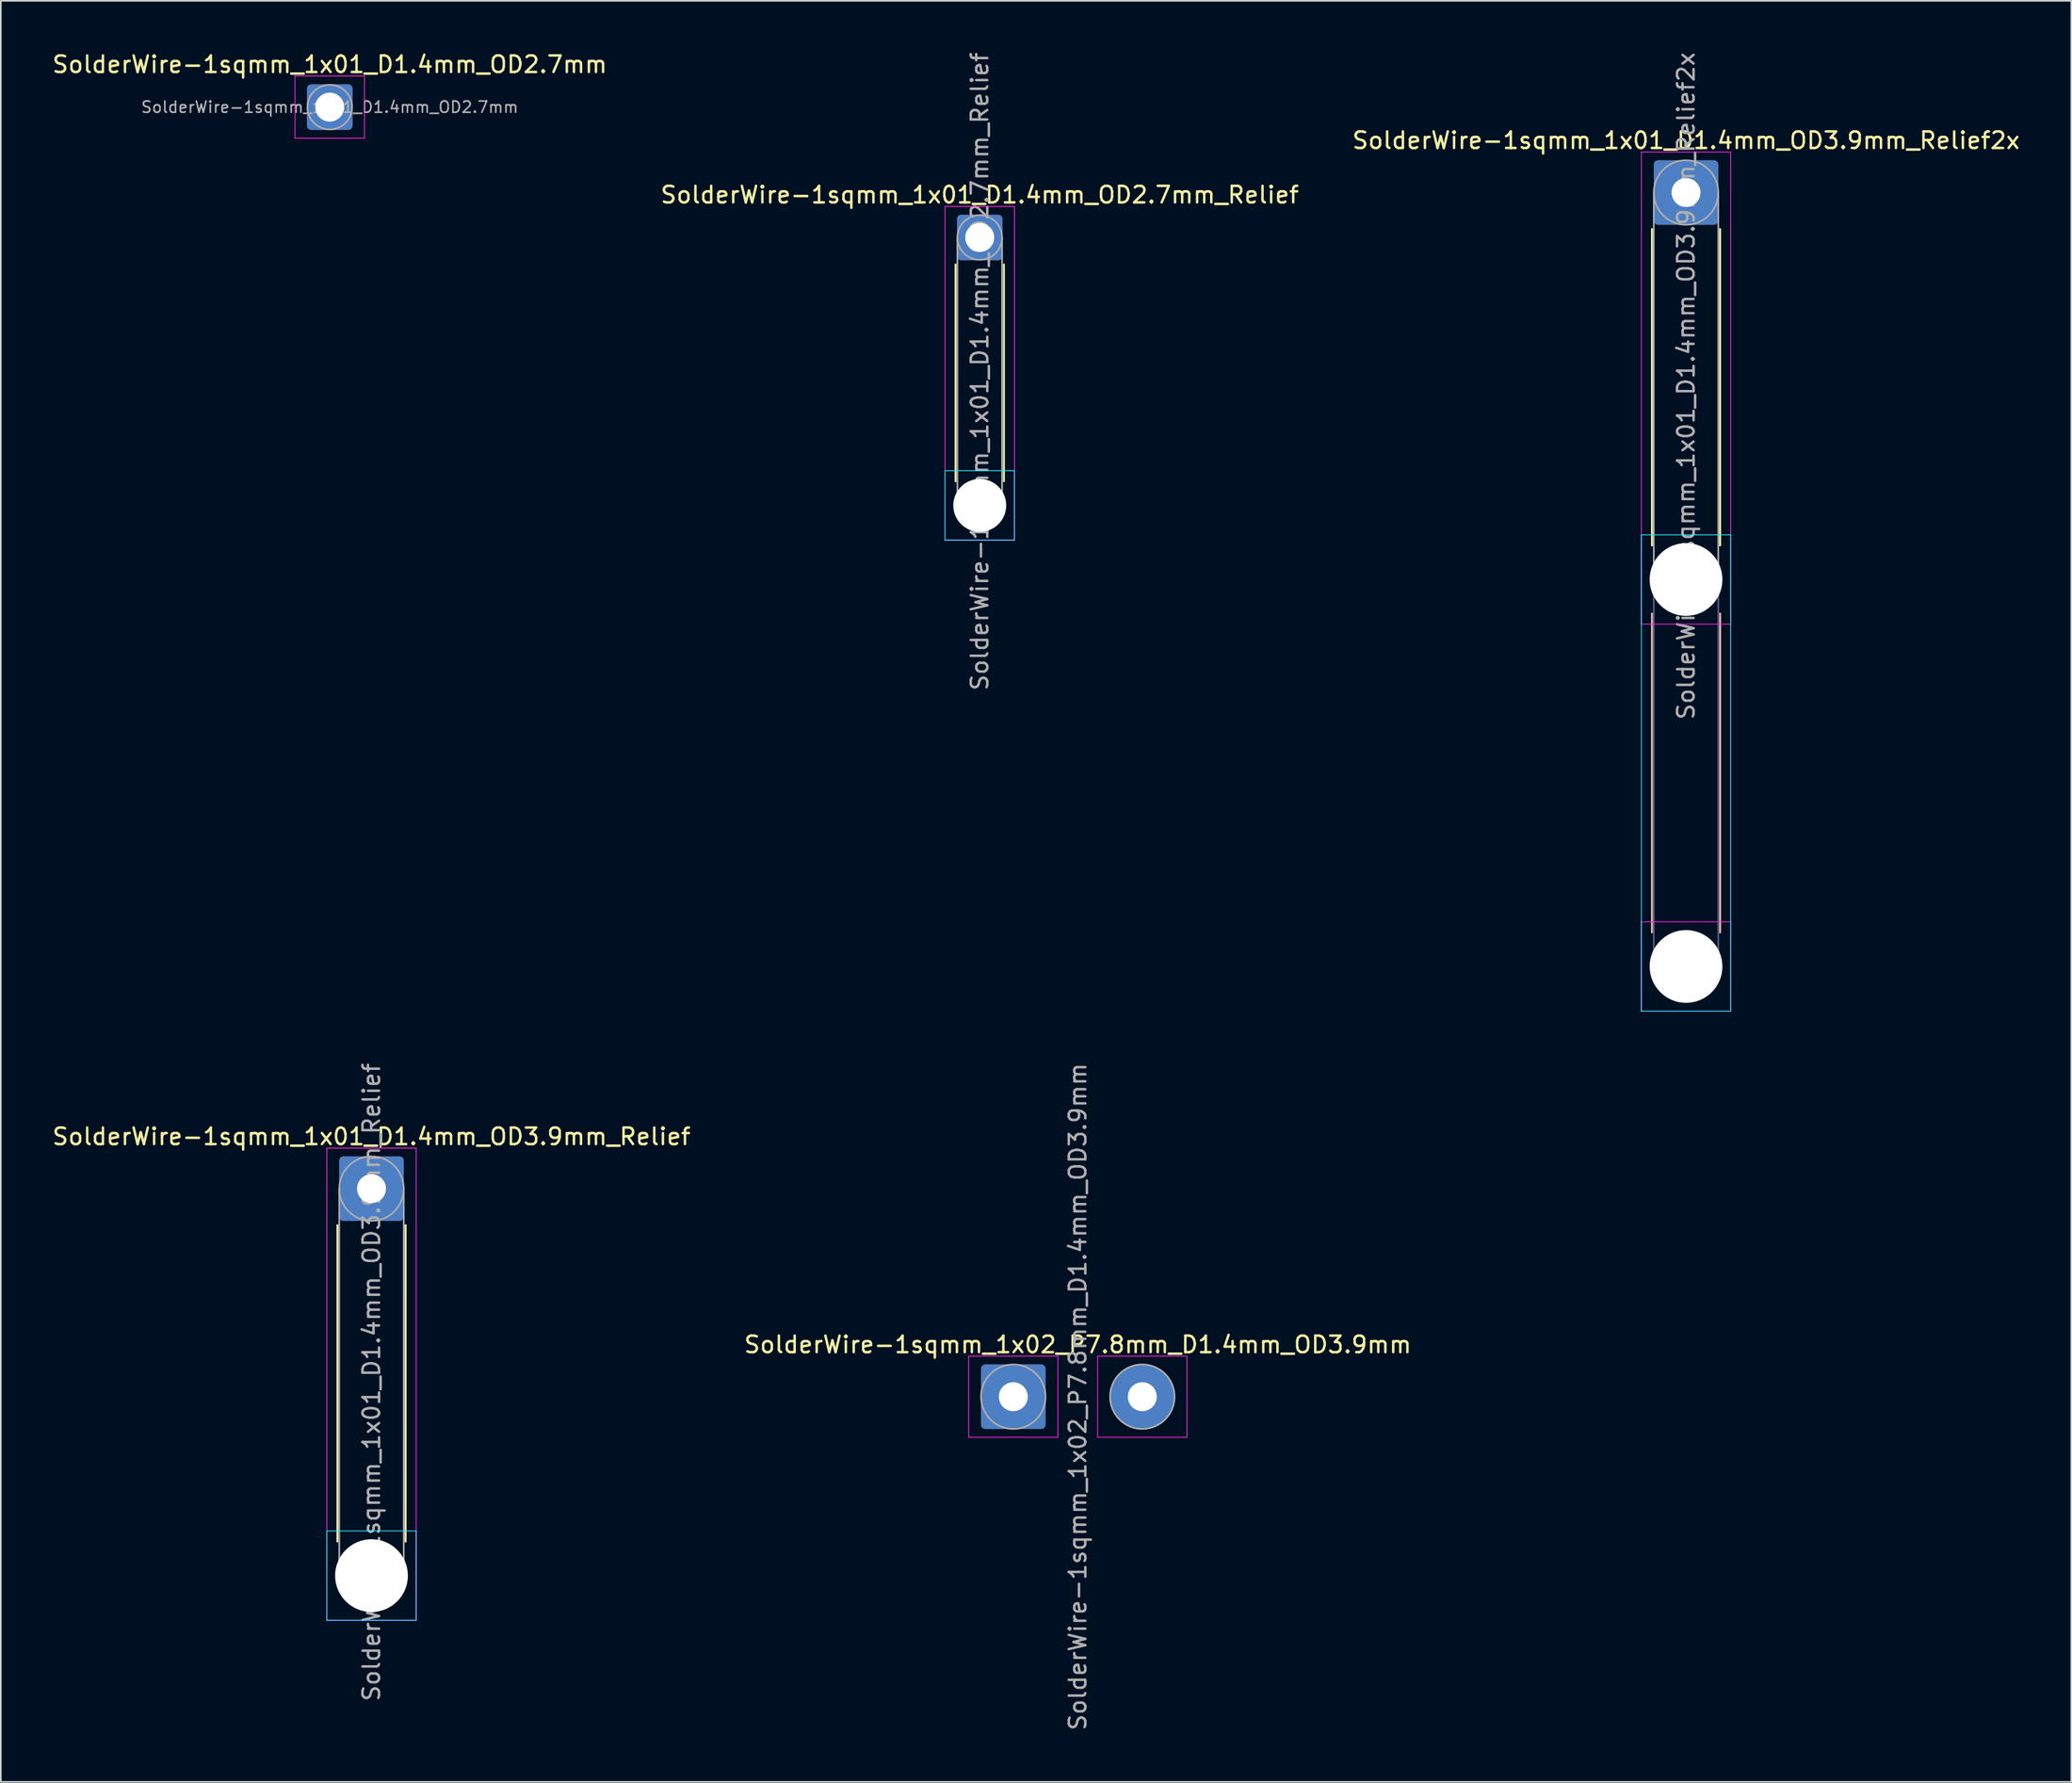
<source format=kicad_pcb>
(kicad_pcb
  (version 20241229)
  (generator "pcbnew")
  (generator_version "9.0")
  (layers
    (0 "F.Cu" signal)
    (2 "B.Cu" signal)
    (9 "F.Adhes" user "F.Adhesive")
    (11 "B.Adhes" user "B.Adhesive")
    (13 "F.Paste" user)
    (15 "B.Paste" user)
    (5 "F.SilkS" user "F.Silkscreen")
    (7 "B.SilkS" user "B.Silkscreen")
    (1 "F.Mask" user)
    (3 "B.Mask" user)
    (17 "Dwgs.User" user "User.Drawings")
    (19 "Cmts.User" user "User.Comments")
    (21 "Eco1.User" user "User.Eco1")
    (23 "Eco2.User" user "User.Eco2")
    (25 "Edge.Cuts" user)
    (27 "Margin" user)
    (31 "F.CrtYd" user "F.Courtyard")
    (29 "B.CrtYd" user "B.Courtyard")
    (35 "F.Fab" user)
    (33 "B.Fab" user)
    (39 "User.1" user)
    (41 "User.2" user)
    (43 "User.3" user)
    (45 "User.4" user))
  (footprint "SolderWire-1sqmm_1x02_P7.8mm_D1.4mm_OD3.9mm"
    (layer "F.Cu")
    (at 58.213 81.408)
    (property "Reference" "SolderWire-1sqmm_1x02_P7.8mm_D1.4mm_OD3.9mm" (at 3.9 -3.15 0) (layer "F.SilkS") (effects (font (size 1 1) (thickness 0.15))))
    (attr exclude_from_pos_files exclude_from_bom)
    (fp_line (start -2.7 -2.45) (end -2.7 2.45) (stroke (width 0.05) (type solid)) (layer "F.CrtYd"))
    (fp_line (start -2.7 2.45) (end 2.7 2.45) (stroke (width 0.05) (type solid)) (layer "F.CrtYd"))
    (fp_line (start 2.7 -2.45) (end -2.7 -2.45) (stroke (width 0.05) (type solid)) (layer "F.CrtYd"))
    (fp_line (start 2.7 2.45) (end 2.7 -2.45) (stroke (width 0.05) (type solid)) (layer "F.CrtYd"))
    (fp_line (start 5.1 -2.45) (end 5.1 2.45) (stroke (width 0.05) (type solid)) (layer "F.CrtYd"))
    (fp_line (start 5.1 2.45) (end 10.5 2.45) (stroke (width 0.05) (type solid)) (layer "F.CrtYd"))
    (fp_line (start 10.5 -2.45) (end 5.1 -2.45) (stroke (width 0.05) (type solid)) (layer "F.CrtYd"))
    (fp_line (start 10.5 2.45) (end 10.5 -2.45) (stroke (width 0.05) (type solid)) (layer "F.CrtYd"))
    (fp_circle (center 0 0) (end 1.95 0) (stroke (width 0.1) (type solid)) (fill no) (layer "F.Fab"))
    (fp_circle (center 7.8 0) (end 9.75 0) (stroke (width 0.1) (type solid)) (fill no) (layer "F.Fab"))
    (fp_text user "${REFERENCE}" (at 3.9 0 90) (layer "F.Fab") (effects (font (size 1 1) (thickness 0.15))))
    (pad "1" thru_hole roundrect (at 0 0) (size 3.9 3.9) (drill 1.75) (layers "*.Cu" "*.Mask") (roundrect_rratio 0.064))
    (pad "2" thru_hole circle (at 7.8 0) (size 3.9 3.9) (drill 1.75) (layers "*.Cu" "*.Mask")))
  (footprint "SolderWire-1sqmm_1x01_D1.4mm_OD2.7mm_Relief"
    (layer "F.Cu")
    (at 56.185 11.311)
    (property "Reference" "SolderWire-1sqmm_1x01_D1.4mm_OD2.7mm_Relief" (at 0 -2.58 0) (layer "F.SilkS") (effects (font (size 1 1) (thickness 0.15))))
    (attr exclude_from_pos_files exclude_from_bom)
    (fp_line (start -1.46 1.635) (end -1.46 14.74) (stroke (width 0.12) (type solid)) (layer "F.SilkS"))
    (fp_line (start 1.46 1.635) (end 1.46 14.74) (stroke (width 0.12) (type solid)) (layer "F.SilkS"))
    (fp_line (start -2.1 14.1) (end -2.1 18.3) (stroke (width 0.05) (type solid)) (layer "B.CrtYd"))
    (fp_line (start -2.1 18.3) (end 2.1 18.3) (stroke (width 0.05) (type solid)) (layer "B.CrtYd"))
    (fp_line (start 2.1 14.1) (end -2.1 14.1) (stroke (width 0.05) (type solid)) (layer "B.CrtYd"))
    (fp_line (start 2.1 18.3) (end 2.1 14.1) (stroke (width 0.05) (type solid)) (layer "B.CrtYd"))
    (fp_line (start -2.1 -1.88) (end -2.1 18.3) (stroke (width 0.05) (type solid)) (layer "F.CrtYd"))
    (fp_line (start -2.1 18.3) (end 2.1 18.3) (stroke (width 0.05) (type solid)) (layer "F.CrtYd"))
    (fp_line (start 2.1 -1.88) (end -2.1 -1.88) (stroke (width 0.05) (type solid)) (layer "F.CrtYd"))
    (fp_line (start 2.1 18.3) (end 2.1 -1.88) (stroke (width 0.05) (type solid)) (layer "F.CrtYd"))
    (fp_line (start -1.35 0) (end -1.35 16.2) (stroke (width 0.1) (type solid)) (layer "F.Fab"))
    (fp_line (start 1.35 0) (end 1.35 16.2) (stroke (width 0.1) (type solid)) (layer "F.Fab"))
    (fp_circle (center 0 0) (end 1.35 0) (stroke (width 0.1) (type solid)) (fill no) (layer "F.Fab"))
    (fp_circle (center 0 16.2) (end 1.35 16.2) (stroke (width 0.1) (type solid)) (fill no) (layer "F.Fab"))
    (fp_text user "${REFERENCE}" (at 0 8.1 90) (layer "F.Fab") (effects (font (size 1 1) (thickness 0.15))))
    (pad "" np_thru_hole circle (at 0 16.2) (size 3.2 3.2) (drill 3.2) (layers "*.Cu" "*.Mask"))
    (pad "1" thru_hole roundrect (at 0 0) (size 2.75 2.75) (drill 1.75) (layers "*.Cu" "*.Mask") (roundrect_rratio 0.091)))
  (footprint "SolderWire-1sqmm_1x01_D1.4mm_OD3.9mm_Relief"
    (layer "F.Cu")
    (at 19.411 68.827)
    (property "Reference" "SolderWire-1sqmm_1x01_D1.4mm_OD3.9mm_Relief" (at 0 -3.15 0) (layer "F.SilkS") (effects (font (size 1 1) (thickness 0.15))))
    (attr exclude_from_pos_files exclude_from_bom)
    (fp_line (start -2.06 2.21) (end -2.06 21.34) (stroke (width 0.12) (type solid)) (layer "F.SilkS"))
    (fp_line (start 2.06 2.21) (end 2.06 21.34) (stroke (width 0.12) (type solid)) (layer "F.SilkS"))
    (fp_line (start -2.7 20.7) (end -2.7 26.1) (stroke (width 0.05) (type solid)) (layer "B.CrtYd"))
    (fp_line (start -2.7 26.1) (end 2.7 26.1) (stroke (width 0.05) (type solid)) (layer "B.CrtYd"))
    (fp_line (start 2.7 20.7) (end -2.7 20.7) (stroke (width 0.05) (type solid)) (layer "B.CrtYd"))
    (fp_line (start 2.7 26.1) (end 2.7 20.7) (stroke (width 0.05) (type solid)) (layer "B.CrtYd"))
    (fp_line (start -2.7 -2.45) (end -2.7 26.1) (stroke (width 0.05) (type solid)) (layer "F.CrtYd"))
    (fp_line (start -2.7 26.1) (end 2.7 26.1) (stroke (width 0.05) (type solid)) (layer "F.CrtYd"))
    (fp_line (start 2.7 -2.45) (end -2.7 -2.45) (stroke (width 0.05) (type solid)) (layer "F.CrtYd"))
    (fp_line (start 2.7 26.1) (end 2.7 -2.45) (stroke (width 0.05) (type solid)) (layer "F.CrtYd"))
    (fp_line (start -1.95 0) (end -1.95 23.4) (stroke (width 0.1) (type solid)) (layer "F.Fab"))
    (fp_line (start 1.95 0) (end 1.95 23.4) (stroke (width 0.1) (type solid)) (layer "F.Fab"))
    (fp_circle (center 0 0) (end 1.95 0) (stroke (width 0.1) (type solid)) (fill no) (layer "F.Fab"))
    (fp_circle (center 0 23.4) (end 1.95 23.4) (stroke (width 0.1) (type solid)) (fill no) (layer "F.Fab"))
    (fp_text user "${REFERENCE}" (at 0 11.7 90) (layer "F.Fab") (effects (font (size 1 1) (thickness 0.15))))
    (pad "" np_thru_hole circle (at 0 23.4) (size 4.4 4.4) (drill 4.4) (layers "*.Cu" "*.Mask"))
    (pad "1" thru_hole roundrect (at 0 0) (size 3.9 3.9) (drill 1.75) (layers "*.Cu" "*.Mask") (roundrect_rratio 0.064)))
  (footprint "SolderWire-1sqmm_1x01_D1.4mm_OD3.9mm_Relief2x"
    (layer "F.Cu")
    (at 98.887 8.592)
    (property "Reference" "SolderWire-1sqmm_1x01_D1.4mm_OD3.9mm_Relief2x" (at 0 -3.15 0) (layer "F.SilkS") (effects (font (size 1 1) (thickness 0.15))))
    (attr exclude_from_pos_files exclude_from_bom)
    (fp_line (start -2.06 2.21) (end -2.06 21.34) (stroke (width 0.12) (type solid)) (layer "F.SilkS"))
    (fp_line (start 2.06 2.21) (end 2.06 21.34) (stroke (width 0.12) (type solid)) (layer "F.SilkS"))
    (fp_line (start -2.06 25.46) (end -2.06 44.74) (stroke (width 0.12) (type solid)) (layer "B.SilkS"))
    (fp_line (start 2.06 25.46) (end 2.06 44.74) (stroke (width 0.12) (type solid)) (layer "B.SilkS"))
    (fp_line (start -2.7 20.7) (end -2.7 49.5) (stroke (width 0.05) (type solid)) (layer "B.CrtYd"))
    (fp_line (start -2.7 49.5) (end 2.7 49.5) (stroke (width 0.05) (type solid)) (layer "B.CrtYd"))
    (fp_line (start 2.7 20.7) (end -2.7 20.7) (stroke (width 0.05) (type solid)) (layer "B.CrtYd"))
    (fp_line (start 2.7 49.5) (end 2.7 20.7) (stroke (width 0.05) (type solid)) (layer "B.CrtYd"))
    (fp_line (start -2.7 -2.45) (end -2.7 26.1) (stroke (width 0.05) (type solid)) (layer "F.CrtYd"))
    (fp_line (start -2.7 26.1) (end 2.7 26.1) (stroke (width 0.05) (type solid)) (layer "F.CrtYd"))
    (fp_line (start -2.7 44.1) (end -2.7 49.5) (stroke (width 0.05) (type solid)) (layer "F.CrtYd"))
    (fp_line (start -2.7 49.5) (end 2.7 49.5) (stroke (width 0.05) (type solid)) (layer "F.CrtYd"))
    (fp_line (start 2.7 -2.45) (end -2.7 -2.45) (stroke (width 0.05) (type solid)) (layer "F.CrtYd"))
    (fp_line (start 2.7 26.1) (end 2.7 -2.45) (stroke (width 0.05) (type solid)) (layer "F.CrtYd"))
    (fp_line (start 2.7 44.1) (end -2.7 44.1) (stroke (width 0.05) (type solid)) (layer "F.CrtYd"))
    (fp_line (start 2.7 49.5) (end 2.7 44.1) (stroke (width 0.05) (type solid)) (layer "F.CrtYd"))
    (fp_line (start -1.95 23.4) (end -1.95 46.8) (stroke (width 0.1) (type solid)) (layer "B.Fab"))
    (fp_line (start 1.95 23.4) (end 1.95 46.8) (stroke (width 0.1) (type solid)) (layer "B.Fab"))
    (fp_circle (center 0 23.4) (end 1.95 23.4) (stroke (width 0.1) (type solid)) (fill no) (layer "B.Fab"))
    (fp_circle (center 0 46.8) (end 1.95 46.8) (stroke (width 0.1) (type solid)) (fill no) (layer "B.Fab"))
    (fp_line (start -1.95 0) (end -1.95 23.4) (stroke (width 0.1) (type solid)) (layer "F.Fab"))
    (fp_line (start 1.95 0) (end 1.95 23.4) (stroke (width 0.1) (type solid)) (layer "F.Fab"))
    (fp_circle (center 0 0) (end 1.95 0) (stroke (width 0.1) (type solid)) (fill no) (layer "F.Fab"))
    (fp_circle (center 0 23.4) (end 1.95 23.4) (stroke (width 0.1) (type solid)) (fill no) (layer "F.Fab"))
    (fp_circle (center 0 46.8) (end 1.95 46.8) (stroke (width 0.1) (type solid)) (fill no) (layer "F.Fab"))
    (fp_text user "${REFERENCE}" (at 0 11.7 90) (layer "F.Fab") (effects (font (size 1 1) (thickness 0.15))))
    (pad "" np_thru_hole circle (at 0 23.4) (size 4.4 4.4) (drill 4.4) (layers "*.Cu" "*.Mask"))
    (pad "" np_thru_hole circle (at 0 46.8) (size 4.4 4.4) (drill 4.4) (layers "*.Cu" "*.Mask"))
    (pad "1" thru_hole roundrect (at 0 0) (size 3.9 3.9) (drill 1.75) (layers "*.Cu" "*.Mask") (roundrect_rratio 0.064)))
  (footprint "SolderWire-1sqmm_1x01_D1.4mm_OD2.7mm"
    (layer "F.Cu")
    (at 16.887 3.428)
    (property "Reference" "SolderWire-1sqmm_1x01_D1.4mm_OD2.7mm" (at 0 -2.58 0) (layer "F.SilkS") (effects (font (size 1 1) (thickness 0.15))))
    (attr exclude_from_pos_files exclude_from_bom)
    (fp_line (start -2.1 -1.88) (end -2.1 1.88) (stroke (width 0.05) (type solid)) (layer "F.CrtYd"))
    (fp_line (start -2.1 1.88) (end 2.1 1.88) (stroke (width 0.05) (type solid)) (layer "F.CrtYd"))
    (fp_line (start 2.1 -1.88) (end -2.1 -1.88) (stroke (width 0.05) (type solid)) (layer "F.CrtYd"))
    (fp_line (start 2.1 1.88) (end 2.1 -1.88) (stroke (width 0.05) (type solid)) (layer "F.CrtYd"))
    (fp_circle (center 0 0) (end 1.35 0) (stroke (width 0.1) (type solid)) (fill no) (layer "F.Fab"))
    (fp_text user "${REFERENCE}" (at 0 0 0) (layer "F.Fab") (effects (font (size 0.68 0.68) (thickness 0.1))))
    (pad "1" thru_hole roundrect (at 0 0) (size 2.75 2.75) (drill 1.75) (layers "*.Cu" "*.Mask") (roundrect_rratio 0.091)))
  (gr_rect
    (start -3 -3)
    (end 122.179 104.7)
    (stroke (width 0.1) (type default))
    (fill no)
    (layer "Edge.Cuts")))
</source>
